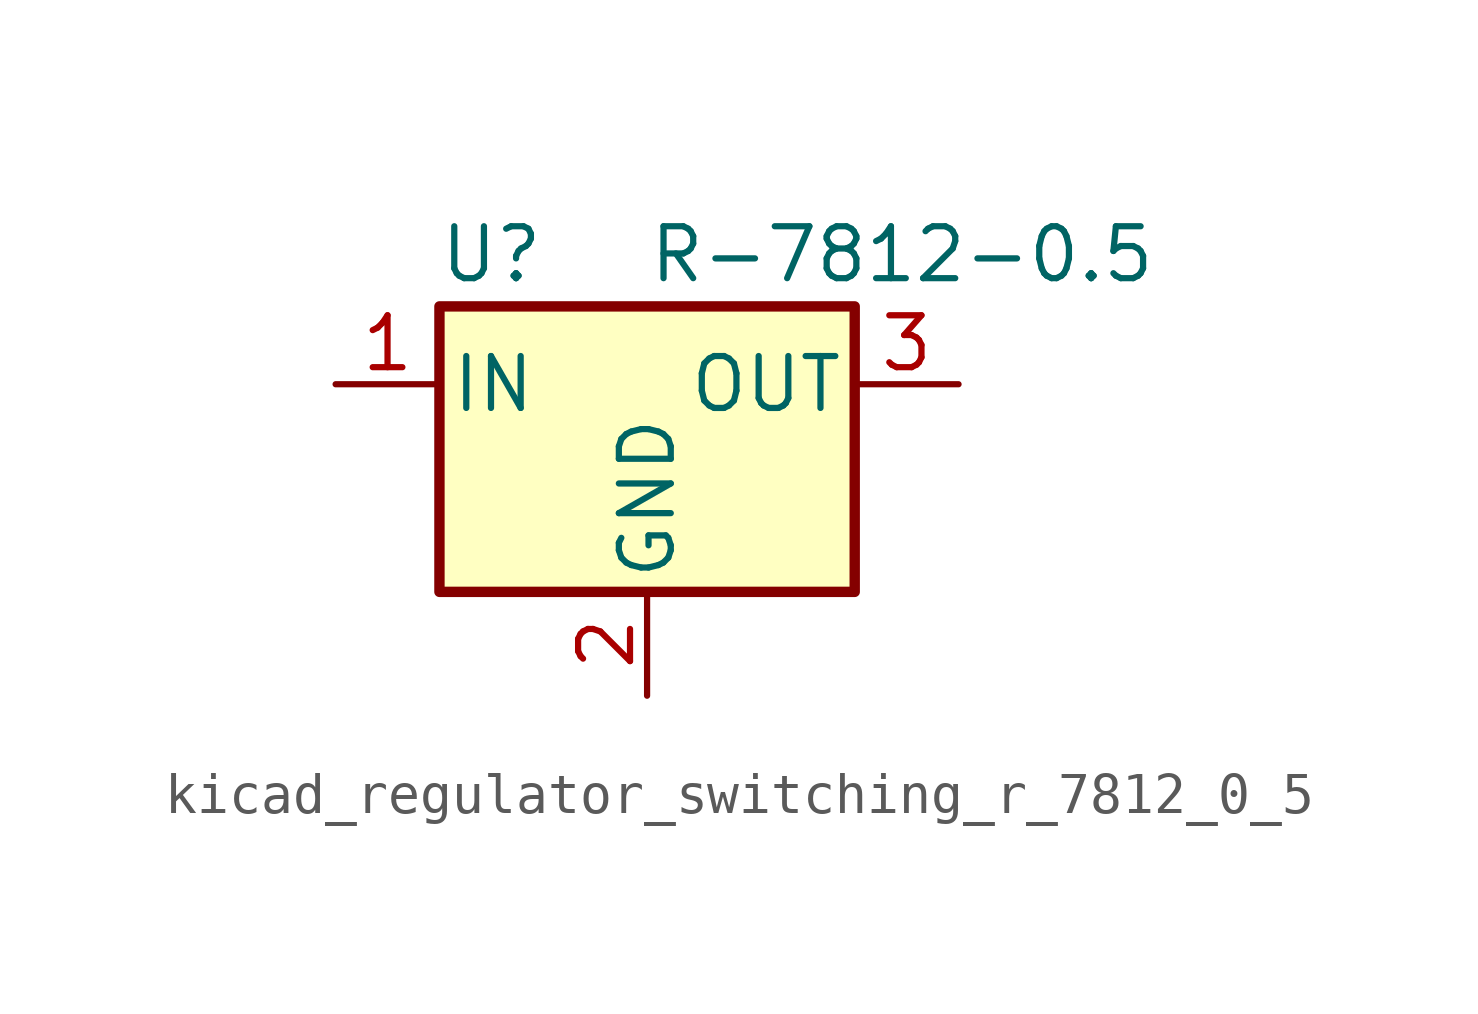
<source format=kicad_sym>
(kicad_symbol_lib
  (version 20220914)
  (generator kicad_symbol_editor)
  (symbol "kicad_regulator_switching_r_7812_0_5"
    (pin_names
      (offset 0.254))
    (property "Reference" "U"
      (at -3.81 3.175 0)
      (effects (font (size 1.27 1.27))))
    (property "Value" "R-7812-0.5"
      (at 0 3.175 0)
      (effects (font (size 1.27 1.27)) (justify left)))
    (symbol "kicad_regulator_switching_r_7812_0_5_0_1"
      (rectangle (start -5.08 1.905) (end 5.08 -5.08) (stroke (width 0.254) (type default)) (fill (type background))))
    (symbol "kicad_regulator_switching_r_7812_0_5_1_1"
      (pin power_in line (at -7.62 0 0) (length 2.54) (name "IN" (effects (font (size 1.27 1.27)))) (number "1" (effects (font (size 1.27 1.27)))))
      (pin power_in line (at 0 -7.62 90) (length 2.54) (name "GND" (effects (font (size 1.27 1.27)))) (number "2" (effects (font (size 1.27 1.27)))))
      (pin power_out line (at 7.62 0 180) (length 2.54) (name "OUT" (effects (font (size 1.27 1.27)))) (number "3" (effects (font (size 1.27 1.27))))))))
</source>
